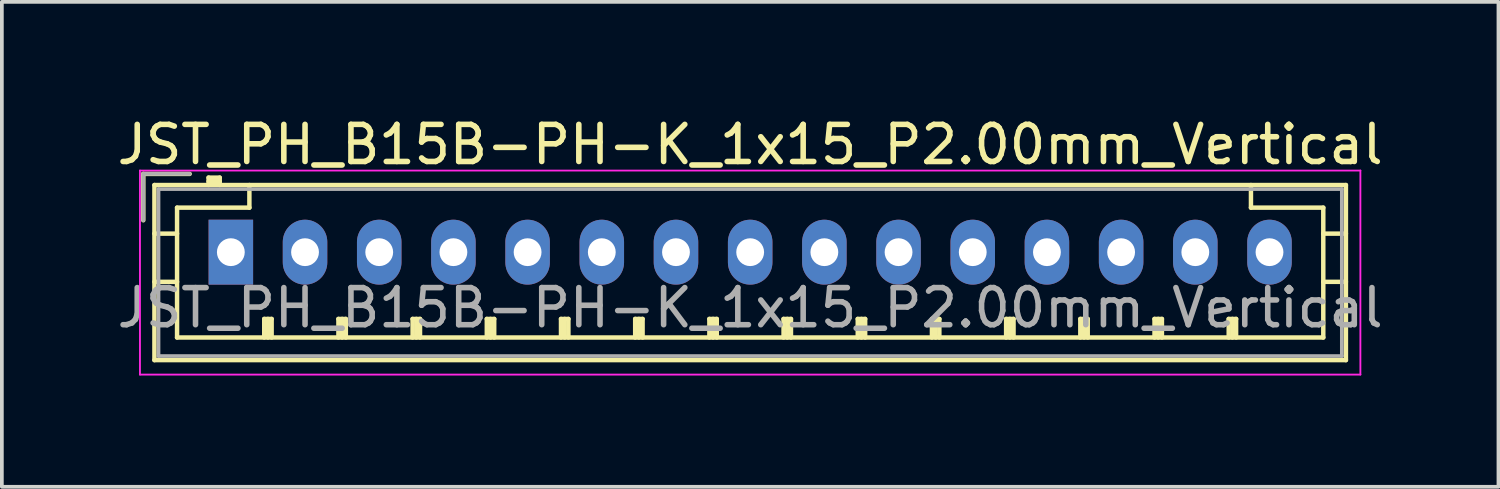
<source format=kicad_pcb>
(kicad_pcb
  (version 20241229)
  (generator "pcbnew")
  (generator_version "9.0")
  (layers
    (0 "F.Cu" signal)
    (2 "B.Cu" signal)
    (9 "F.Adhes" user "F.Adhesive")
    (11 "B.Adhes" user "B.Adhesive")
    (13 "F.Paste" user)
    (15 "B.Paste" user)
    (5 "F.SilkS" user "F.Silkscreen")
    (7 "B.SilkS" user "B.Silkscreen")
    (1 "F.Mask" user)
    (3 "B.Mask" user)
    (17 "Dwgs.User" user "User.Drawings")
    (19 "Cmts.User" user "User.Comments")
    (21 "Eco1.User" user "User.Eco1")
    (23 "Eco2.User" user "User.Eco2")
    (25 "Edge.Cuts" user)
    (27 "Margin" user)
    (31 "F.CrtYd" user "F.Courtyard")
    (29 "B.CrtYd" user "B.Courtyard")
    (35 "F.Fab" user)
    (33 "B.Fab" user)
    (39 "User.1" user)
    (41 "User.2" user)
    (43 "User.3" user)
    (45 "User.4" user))
  (footprint "JST_PH_B15B-PH-K_1x15_P2.00mm_Vertical"
    (layer "F.Cu")
    (at 3.173 3.748)
    (property "Reference" "JST_PH_B15B-PH-K_1x15_P2.00mm_Vertical" (at 14 -2.9 0) (layer "F.SilkS") (effects (font (size 1 1) (thickness 0.15))))
    (attr through_hole)
    (fp_line (start -2.36 -2.11) (end -2.36 -0.86) (stroke (width 0.12) (type solid)) (layer "F.SilkS"))
    (fp_line (start -2.06 -1.81) (end -2.06 2.91) (stroke (width 0.12) (type solid)) (layer "F.SilkS"))
    (fp_line (start -2.06 -0.5) (end -1.45 -0.5) (stroke (width 0.12) (type solid)) (layer "F.SilkS"))
    (fp_line (start -2.06 0.8) (end -1.45 0.8) (stroke (width 0.12) (type solid)) (layer "F.SilkS"))
    (fp_line (start -2.06 2.91) (end 30.06 2.91) (stroke (width 0.12) (type solid)) (layer "F.SilkS"))
    (fp_line (start -1.45 -1.2) (end -1.45 2.3) (stroke (width 0.12) (type solid)) (layer "F.SilkS"))
    (fp_line (start -1.45 2.3) (end 29.45 2.3) (stroke (width 0.12) (type solid)) (layer "F.SilkS"))
    (fp_line (start -1.11 -2.11) (end -2.36 -2.11) (stroke (width 0.12) (type solid)) (layer "F.SilkS"))
    (fp_line (start -0.6 -2.01) (end -0.6 -1.81) (stroke (width 0.12) (type solid)) (layer "F.SilkS"))
    (fp_line (start -0.3 -2.01) (end -0.6 -2.01) (stroke (width 0.12) (type solid)) (layer "F.SilkS"))
    (fp_line (start -0.3 -1.91) (end -0.6 -1.91) (stroke (width 0.12) (type solid)) (layer "F.SilkS"))
    (fp_line (start -0.3 -1.81) (end -0.3 -2.01) (stroke (width 0.12) (type solid)) (layer "F.SilkS"))
    (fp_line (start 0.5 -1.81) (end 0.5 -1.2) (stroke (width 0.12) (type solid)) (layer "F.SilkS"))
    (fp_line (start 0.5 -1.2) (end -1.45 -1.2) (stroke (width 0.12) (type solid)) (layer "F.SilkS"))
    (fp_line (start 0.9 1.8) (end 1.1 1.8) (stroke (width 0.12) (type solid)) (layer "F.SilkS"))
    (fp_line (start 0.9 2.3) (end 0.9 1.8) (stroke (width 0.12) (type solid)) (layer "F.SilkS"))
    (fp_line (start 1 2.3) (end 1 1.8) (stroke (width 0.12) (type solid)) (layer "F.SilkS"))
    (fp_line (start 1.1 1.8) (end 1.1 2.3) (stroke (width 0.12) (type solid)) (layer "F.SilkS"))
    (fp_line (start 2.9 1.8) (end 3.1 1.8) (stroke (width 0.12) (type solid)) (layer "F.SilkS"))
    (fp_line (start 2.9 2.3) (end 2.9 1.8) (stroke (width 0.12) (type solid)) (layer "F.SilkS"))
    (fp_line (start 3 2.3) (end 3 1.8) (stroke (width 0.12) (type solid)) (layer "F.SilkS"))
    (fp_line (start 3.1 1.8) (end 3.1 2.3) (stroke (width 0.12) (type solid)) (layer "F.SilkS"))
    (fp_line (start 4.9 1.8) (end 5.1 1.8) (stroke (width 0.12) (type solid)) (layer "F.SilkS"))
    (fp_line (start 4.9 2.3) (end 4.9 1.8) (stroke (width 0.12) (type solid)) (layer "F.SilkS"))
    (fp_line (start 5 2.3) (end 5 1.8) (stroke (width 0.12) (type solid)) (layer "F.SilkS"))
    (fp_line (start 5.1 1.8) (end 5.1 2.3) (stroke (width 0.12) (type solid)) (layer "F.SilkS"))
    (fp_line (start 6.9 1.8) (end 7.1 1.8) (stroke (width 0.12) (type solid)) (layer "F.SilkS"))
    (fp_line (start 6.9 2.3) (end 6.9 1.8) (stroke (width 0.12) (type solid)) (layer "F.SilkS"))
    (fp_line (start 7 2.3) (end 7 1.8) (stroke (width 0.12) (type solid)) (layer "F.SilkS"))
    (fp_line (start 7.1 1.8) (end 7.1 2.3) (stroke (width 0.12) (type solid)) (layer "F.SilkS"))
    (fp_line (start 8.9 1.8) (end 9.1 1.8) (stroke (width 0.12) (type solid)) (layer "F.SilkS"))
    (fp_line (start 8.9 2.3) (end 8.9 1.8) (stroke (width 0.12) (type solid)) (layer "F.SilkS"))
    (fp_line (start 9 2.3) (end 9 1.8) (stroke (width 0.12) (type solid)) (layer "F.SilkS"))
    (fp_line (start 9.1 1.8) (end 9.1 2.3) (stroke (width 0.12) (type solid)) (layer "F.SilkS"))
    (fp_line (start 10.9 1.8) (end 11.1 1.8) (stroke (width 0.12) (type solid)) (layer "F.SilkS"))
    (fp_line (start 10.9 2.3) (end 10.9 1.8) (stroke (width 0.12) (type solid)) (layer "F.SilkS"))
    (fp_line (start 11 2.3) (end 11 1.8) (stroke (width 0.12) (type solid)) (layer "F.SilkS"))
    (fp_line (start 11.1 1.8) (end 11.1 2.3) (stroke (width 0.12) (type solid)) (layer "F.SilkS"))
    (fp_line (start 12.9 1.8) (end 13.1 1.8) (stroke (width 0.12) (type solid)) (layer "F.SilkS"))
    (fp_line (start 12.9 2.3) (end 12.9 1.8) (stroke (width 0.12) (type solid)) (layer "F.SilkS"))
    (fp_line (start 13 2.3) (end 13 1.8) (stroke (width 0.12) (type solid)) (layer "F.SilkS"))
    (fp_line (start 13.1 1.8) (end 13.1 2.3) (stroke (width 0.12) (type solid)) (layer "F.SilkS"))
    (fp_line (start 14.9 1.8) (end 15.1 1.8) (stroke (width 0.12) (type solid)) (layer "F.SilkS"))
    (fp_line (start 14.9 2.3) (end 14.9 1.8) (stroke (width 0.12) (type solid)) (layer "F.SilkS"))
    (fp_line (start 15 2.3) (end 15 1.8) (stroke (width 0.12) (type solid)) (layer "F.SilkS"))
    (fp_line (start 15.1 1.8) (end 15.1 2.3) (stroke (width 0.12) (type solid)) (layer "F.SilkS"))
    (fp_line (start 16.9 1.8) (end 17.1 1.8) (stroke (width 0.12) (type solid)) (layer "F.SilkS"))
    (fp_line (start 16.9 2.3) (end 16.9 1.8) (stroke (width 0.12) (type solid)) (layer "F.SilkS"))
    (fp_line (start 17 2.3) (end 17 1.8) (stroke (width 0.12) (type solid)) (layer "F.SilkS"))
    (fp_line (start 17.1 1.8) (end 17.1 2.3) (stroke (width 0.12) (type solid)) (layer "F.SilkS"))
    (fp_line (start 18.9 1.8) (end 19.1 1.8) (stroke (width 0.12) (type solid)) (layer "F.SilkS"))
    (fp_line (start 18.9 2.3) (end 18.9 1.8) (stroke (width 0.12) (type solid)) (layer "F.SilkS"))
    (fp_line (start 19 2.3) (end 19 1.8) (stroke (width 0.12) (type solid)) (layer "F.SilkS"))
    (fp_line (start 19.1 1.8) (end 19.1 2.3) (stroke (width 0.12) (type solid)) (layer "F.SilkS"))
    (fp_line (start 20.9 1.8) (end 21.1 1.8) (stroke (width 0.12) (type solid)) (layer "F.SilkS"))
    (fp_line (start 20.9 2.3) (end 20.9 1.8) (stroke (width 0.12) (type solid)) (layer "F.SilkS"))
    (fp_line (start 21 2.3) (end 21 1.8) (stroke (width 0.12) (type solid)) (layer "F.SilkS"))
    (fp_line (start 21.1 1.8) (end 21.1 2.3) (stroke (width 0.12) (type solid)) (layer "F.SilkS"))
    (fp_line (start 22.9 1.8) (end 23.1 1.8) (stroke (width 0.12) (type solid)) (layer "F.SilkS"))
    (fp_line (start 22.9 2.3) (end 22.9 1.8) (stroke (width 0.12) (type solid)) (layer "F.SilkS"))
    (fp_line (start 23 2.3) (end 23 1.8) (stroke (width 0.12) (type solid)) (layer "F.SilkS"))
    (fp_line (start 23.1 1.8) (end 23.1 2.3) (stroke (width 0.12) (type solid)) (layer "F.SilkS"))
    (fp_line (start 24.9 1.8) (end 25.1 1.8) (stroke (width 0.12) (type solid)) (layer "F.SilkS"))
    (fp_line (start 24.9 2.3) (end 24.9 1.8) (stroke (width 0.12) (type solid)) (layer "F.SilkS"))
    (fp_line (start 25 2.3) (end 25 1.8) (stroke (width 0.12) (type solid)) (layer "F.SilkS"))
    (fp_line (start 25.1 1.8) (end 25.1 2.3) (stroke (width 0.12) (type solid)) (layer "F.SilkS"))
    (fp_line (start 26.9 1.8) (end 27.1 1.8) (stroke (width 0.12) (type solid)) (layer "F.SilkS"))
    (fp_line (start 26.9 2.3) (end 26.9 1.8) (stroke (width 0.12) (type solid)) (layer "F.SilkS"))
    (fp_line (start 27 2.3) (end 27 1.8) (stroke (width 0.12) (type solid)) (layer "F.SilkS"))
    (fp_line (start 27.1 1.8) (end 27.1 2.3) (stroke (width 0.12) (type solid)) (layer "F.SilkS"))
    (fp_line (start 27.5 -1.2) (end 27.5 -1.81) (stroke (width 0.12) (type solid)) (layer "F.SilkS"))
    (fp_line (start 29.45 -1.2) (end 27.5 -1.2) (stroke (width 0.12) (type solid)) (layer "F.SilkS"))
    (fp_line (start 29.45 2.3) (end 29.45 -1.2) (stroke (width 0.12) (type solid)) (layer "F.SilkS"))
    (fp_line (start 30.06 -1.81) (end -2.06 -1.81) (stroke (width 0.12) (type solid)) (layer "F.SilkS"))
    (fp_line (start 30.06 -0.5) (end 29.45 -0.5) (stroke (width 0.12) (type solid)) (layer "F.SilkS"))
    (fp_line (start 30.06 0.8) (end 29.45 0.8) (stroke (width 0.12) (type solid)) (layer "F.SilkS"))
    (fp_line (start 30.06 2.91) (end 30.06 -1.81) (stroke (width 0.12) (type solid)) (layer "F.SilkS"))
    (fp_line (start -2.45 -2.2) (end -2.45 3.3) (stroke (width 0.05) (type solid)) (layer "F.CrtYd"))
    (fp_line (start -2.45 3.3) (end 30.45 3.3) (stroke (width 0.05) (type solid)) (layer "F.CrtYd"))
    (fp_line (start 30.45 -2.2) (end -2.45 -2.2) (stroke (width 0.05) (type solid)) (layer "F.CrtYd"))
    (fp_line (start 30.45 3.3) (end 30.45 -2.2) (stroke (width 0.05) (type solid)) (layer "F.CrtYd"))
    (fp_line (start -2.36 -2.11) (end -2.36 -0.86) (stroke (width 0.1) (type solid)) (layer "F.Fab"))
    (fp_line (start -1.95 -1.7) (end -1.95 2.8) (stroke (width 0.1) (type solid)) (layer "F.Fab"))
    (fp_line (start -1.95 2.8) (end 29.95 2.8) (stroke (width 0.1) (type solid)) (layer "F.Fab"))
    (fp_line (start -1.11 -2.11) (end -2.36 -2.11) (stroke (width 0.1) (type solid)) (layer "F.Fab"))
    (fp_line (start 29.95 -1.7) (end -1.95 -1.7) (stroke (width 0.1) (type solid)) (layer "F.Fab"))
    (fp_line (start 29.95 2.8) (end 29.95 -1.7) (stroke (width 0.1) (type solid)) (layer "F.Fab"))
    (fp_text user "${REFERENCE}" (at 14 1.5 0) (layer "F.Fab") (effects (font (size 1 1) (thickness 0.15))))
    (pad "1" thru_hole rect (at 0 0) (size 1.2 1.75) (drill 0.75) (layers "*.Cu" "*.Mask"))
    (pad "2" thru_hole oval (at 2 0) (size 1.2 1.75) (drill 0.75) (layers "*.Cu" "*.Mask"))
    (pad "3" thru_hole oval (at 4 0) (size 1.2 1.75) (drill 0.75) (layers "*.Cu" "*.Mask"))
    (pad "4" thru_hole oval (at 6 0) (size 1.2 1.75) (drill 0.75) (layers "*.Cu" "*.Mask"))
    (pad "5" thru_hole oval (at 8 0) (size 1.2 1.75) (drill 0.75) (layers "*.Cu" "*.Mask"))
    (pad "6" thru_hole oval (at 10 0) (size 1.2 1.75) (drill 0.75) (layers "*.Cu" "*.Mask"))
    (pad "7" thru_hole oval (at 12 0) (size 1.2 1.75) (drill 0.75) (layers "*.Cu" "*.Mask"))
    (pad "8" thru_hole oval (at 14 0) (size 1.2 1.75) (drill 0.75) (layers "*.Cu" "*.Mask"))
    (pad "9" thru_hole oval (at 16 0) (size 1.2 1.75) (drill 0.75) (layers "*.Cu" "*.Mask"))
    (pad "10" thru_hole oval (at 18 0) (size 1.2 1.75) (drill 0.75) (layers "*.Cu" "*.Mask"))
    (pad "11" thru_hole oval (at 20 0) (size 1.2 1.75) (drill 0.75) (layers "*.Cu" "*.Mask"))
    (pad "12" thru_hole oval (at 22 0) (size 1.2 1.75) (drill 0.75) (layers "*.Cu" "*.Mask"))
    (pad "13" thru_hole oval (at 24 0) (size 1.2 1.75) (drill 0.75) (layers "*.Cu" "*.Mask"))
    (pad "14" thru_hole oval (at 26 0) (size 1.2 1.75) (drill 0.75) (layers "*.Cu" "*.Mask"))
    (pad "15" thru_hole oval (at 28 0) (size 1.2 1.75) (drill 0.75) (layers "*.Cu" "*.Mask")))
  (gr_rect
    (start -3 -3)
    (end 37.345 10.073)
    (stroke (width 0.1) (type default))
    (fill no)
    (layer "Edge.Cuts")))
</source>
